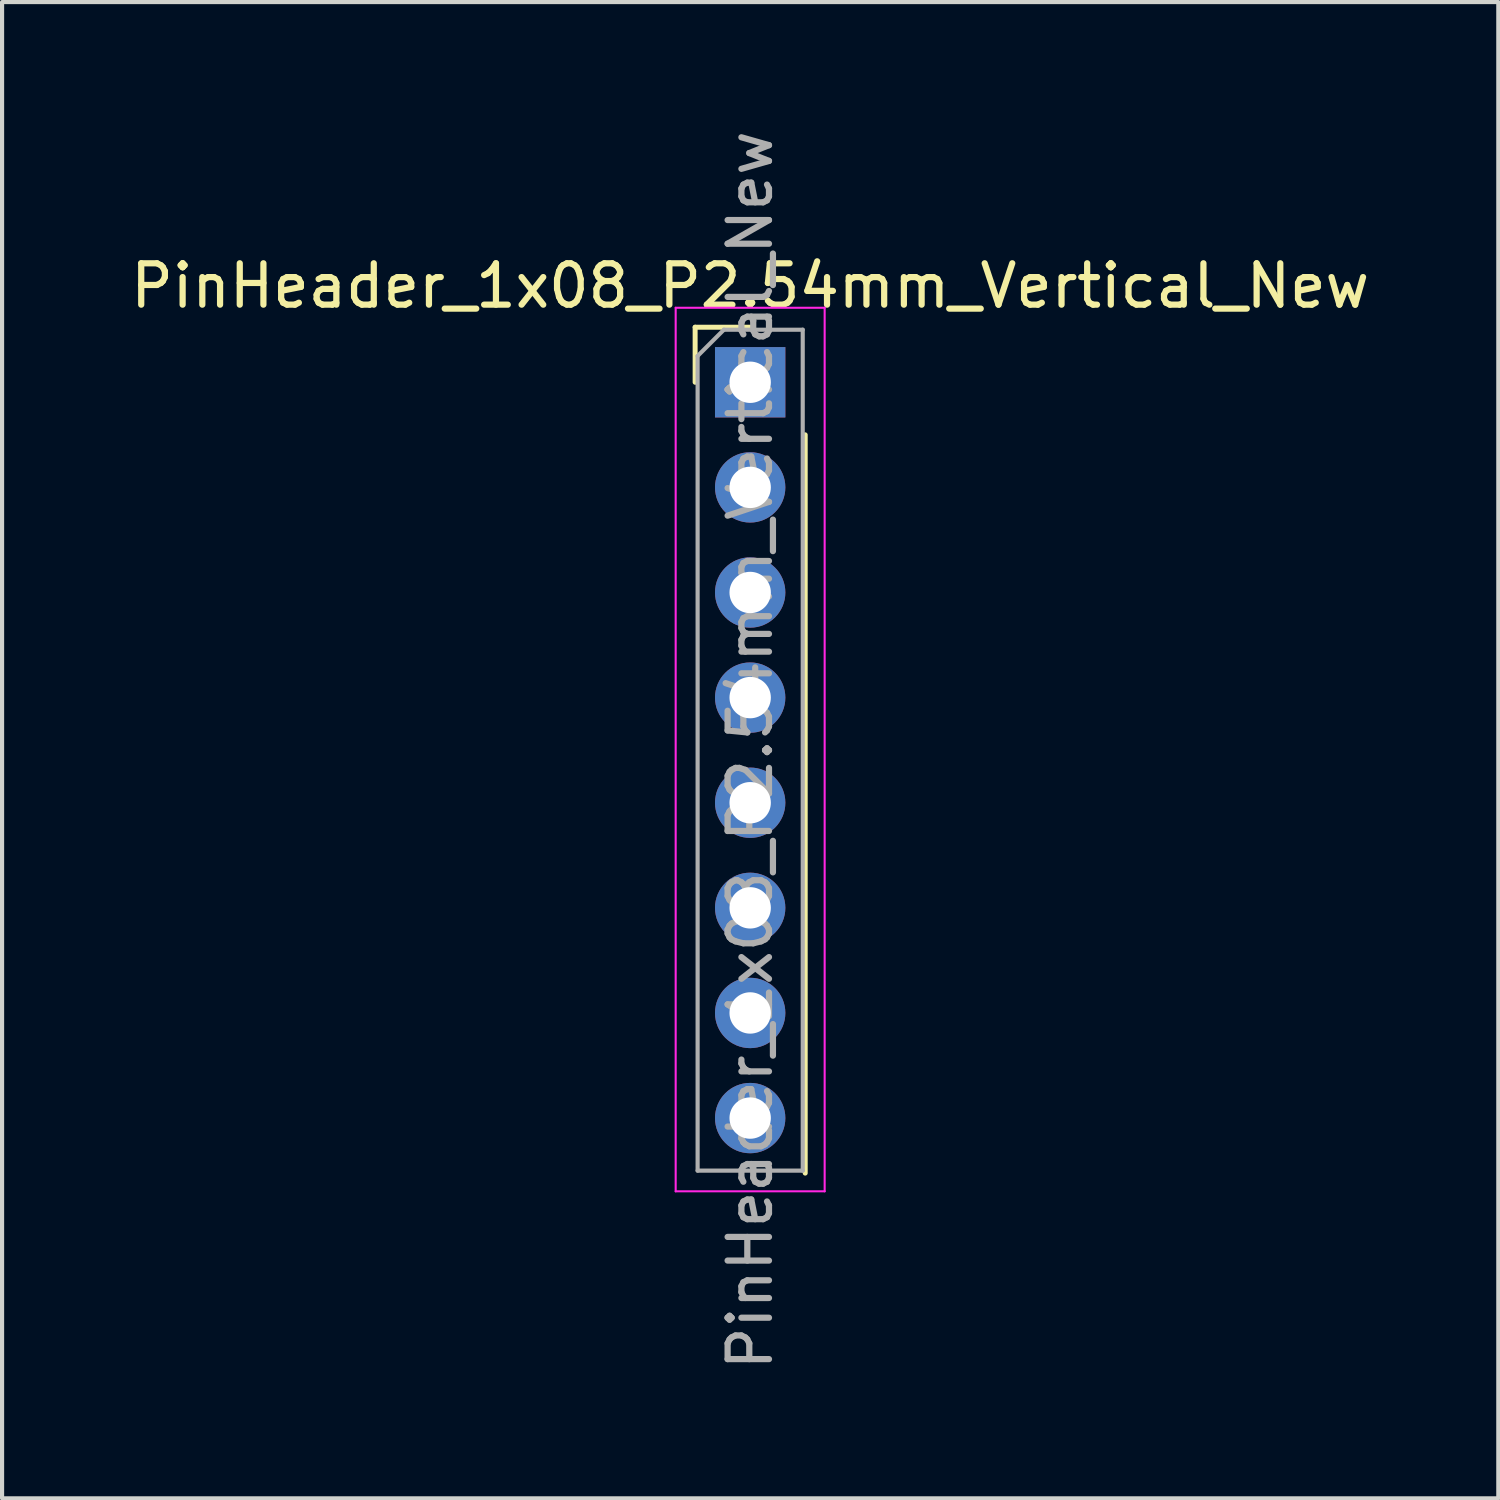
<source format=kicad_pcb>
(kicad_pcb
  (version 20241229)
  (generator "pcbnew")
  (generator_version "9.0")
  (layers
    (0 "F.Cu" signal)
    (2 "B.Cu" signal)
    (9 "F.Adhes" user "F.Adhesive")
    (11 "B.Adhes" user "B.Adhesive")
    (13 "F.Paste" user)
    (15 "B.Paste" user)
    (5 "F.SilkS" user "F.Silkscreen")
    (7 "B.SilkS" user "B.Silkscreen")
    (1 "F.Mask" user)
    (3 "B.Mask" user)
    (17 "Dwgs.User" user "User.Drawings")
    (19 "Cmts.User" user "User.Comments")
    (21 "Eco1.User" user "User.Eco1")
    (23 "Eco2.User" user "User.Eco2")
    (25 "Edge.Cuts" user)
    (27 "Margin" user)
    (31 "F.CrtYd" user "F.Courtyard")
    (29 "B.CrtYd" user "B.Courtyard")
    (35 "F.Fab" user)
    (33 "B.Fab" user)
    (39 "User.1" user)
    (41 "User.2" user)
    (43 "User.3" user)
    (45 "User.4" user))
  (footprint "PinHeader_1x08_P2.54mm_Vertical_New"
    (layer "F.Cu")
    (at 15.077 6.187)
    (property "Reference" "PinHeader_1x08_P2.54mm_Vertical_New" (at 0 -2.33 0) (layer "F.SilkS") (effects (font (size 1 1) (thickness 0.15))))
    (attr through_hole)
    (fp_line (start -1.33 -1.33) (end 0 -1.33) (stroke (width 0.12) (type solid)) (layer "F.SilkS"))
    (fp_line (start -1.33 0) (end -1.33 -1.33) (stroke (width 0.12) (type solid)) (layer "F.SilkS"))
    (fp_line (start 1.33 1.27) (end 1.33 19.11) (stroke (width 0.12) (type solid)) (layer "F.SilkS"))
    (fp_line (start -1.8 -1.8) (end -1.8 19.55) (stroke (width 0.05) (type solid)) (layer "F.CrtYd"))
    (fp_line (start -1.8 19.55) (end 1.8 19.55) (stroke (width 0.05) (type solid)) (layer "F.CrtYd"))
    (fp_line (start 1.8 -1.8) (end -1.8 -1.8) (stroke (width 0.05) (type solid)) (layer "F.CrtYd"))
    (fp_line (start 1.8 19.55) (end 1.8 -1.8) (stroke (width 0.05) (type solid)) (layer "F.CrtYd"))
    (fp_line (start -1.27 -0.635) (end -0.635 -1.27) (stroke (width 0.1) (type solid)) (layer "F.Fab"))
    (fp_line (start -1.27 19.05) (end -1.27 -0.635) (stroke (width 0.1) (type solid)) (layer "F.Fab"))
    (fp_line (start -0.635 -1.27) (end 1.27 -1.27) (stroke (width 0.1) (type solid)) (layer "F.Fab"))
    (fp_line (start 1.27 -1.27) (end 1.27 19.05) (stroke (width 0.1) (type solid)) (layer "F.Fab"))
    (fp_line (start 1.27 19.05) (end -1.27 19.05) (stroke (width 0.1) (type solid)) (layer "F.Fab"))
    (fp_text user "${REFERENCE}" (at 0 8.89 90) (layer "F.Fab") (effects (font (size 1 1) (thickness 0.15))))
    (pad "1" thru_hole rect (at 0 0) (size 1.7 1.7) (drill 1) (layers "*.Cu" "*.Mask"))
    (pad "2" thru_hole oval (at 0 2.54) (size 1.7 1.7) (drill 1) (layers "*.Cu" "*.Mask"))
    (pad "3" thru_hole oval (at 0 5.08) (size 1.7 1.7) (drill 1) (layers "*.Cu" "*.Mask"))
    (pad "4" thru_hole oval (at 0 7.62) (size 1.7 1.7) (drill 1) (layers "*.Cu" "*.Mask"))
    (pad "5" thru_hole oval (at 0 10.16) (size 1.7 1.7) (drill 1) (layers "*.Cu" "*.Mask"))
    (pad "6" thru_hole oval (at 0 12.7) (size 1.7 1.7) (drill 1) (layers "*.Cu" "*.Mask"))
    (pad "7" thru_hole oval (at 0 15.24) (size 1.7 1.7) (drill 1) (layers "*.Cu" "*.Mask"))
    (pad "8" thru_hole oval (at 0 17.78) (size 1.7 1.7) (drill 1) (layers "*.Cu" "*.Mask")))
  (gr_rect
    (start -3 -3)
    (end 33.155 33.155)
    (stroke (width 0.1) (type default))
    (fill no)
    (layer "Edge.Cuts")))
</source>
